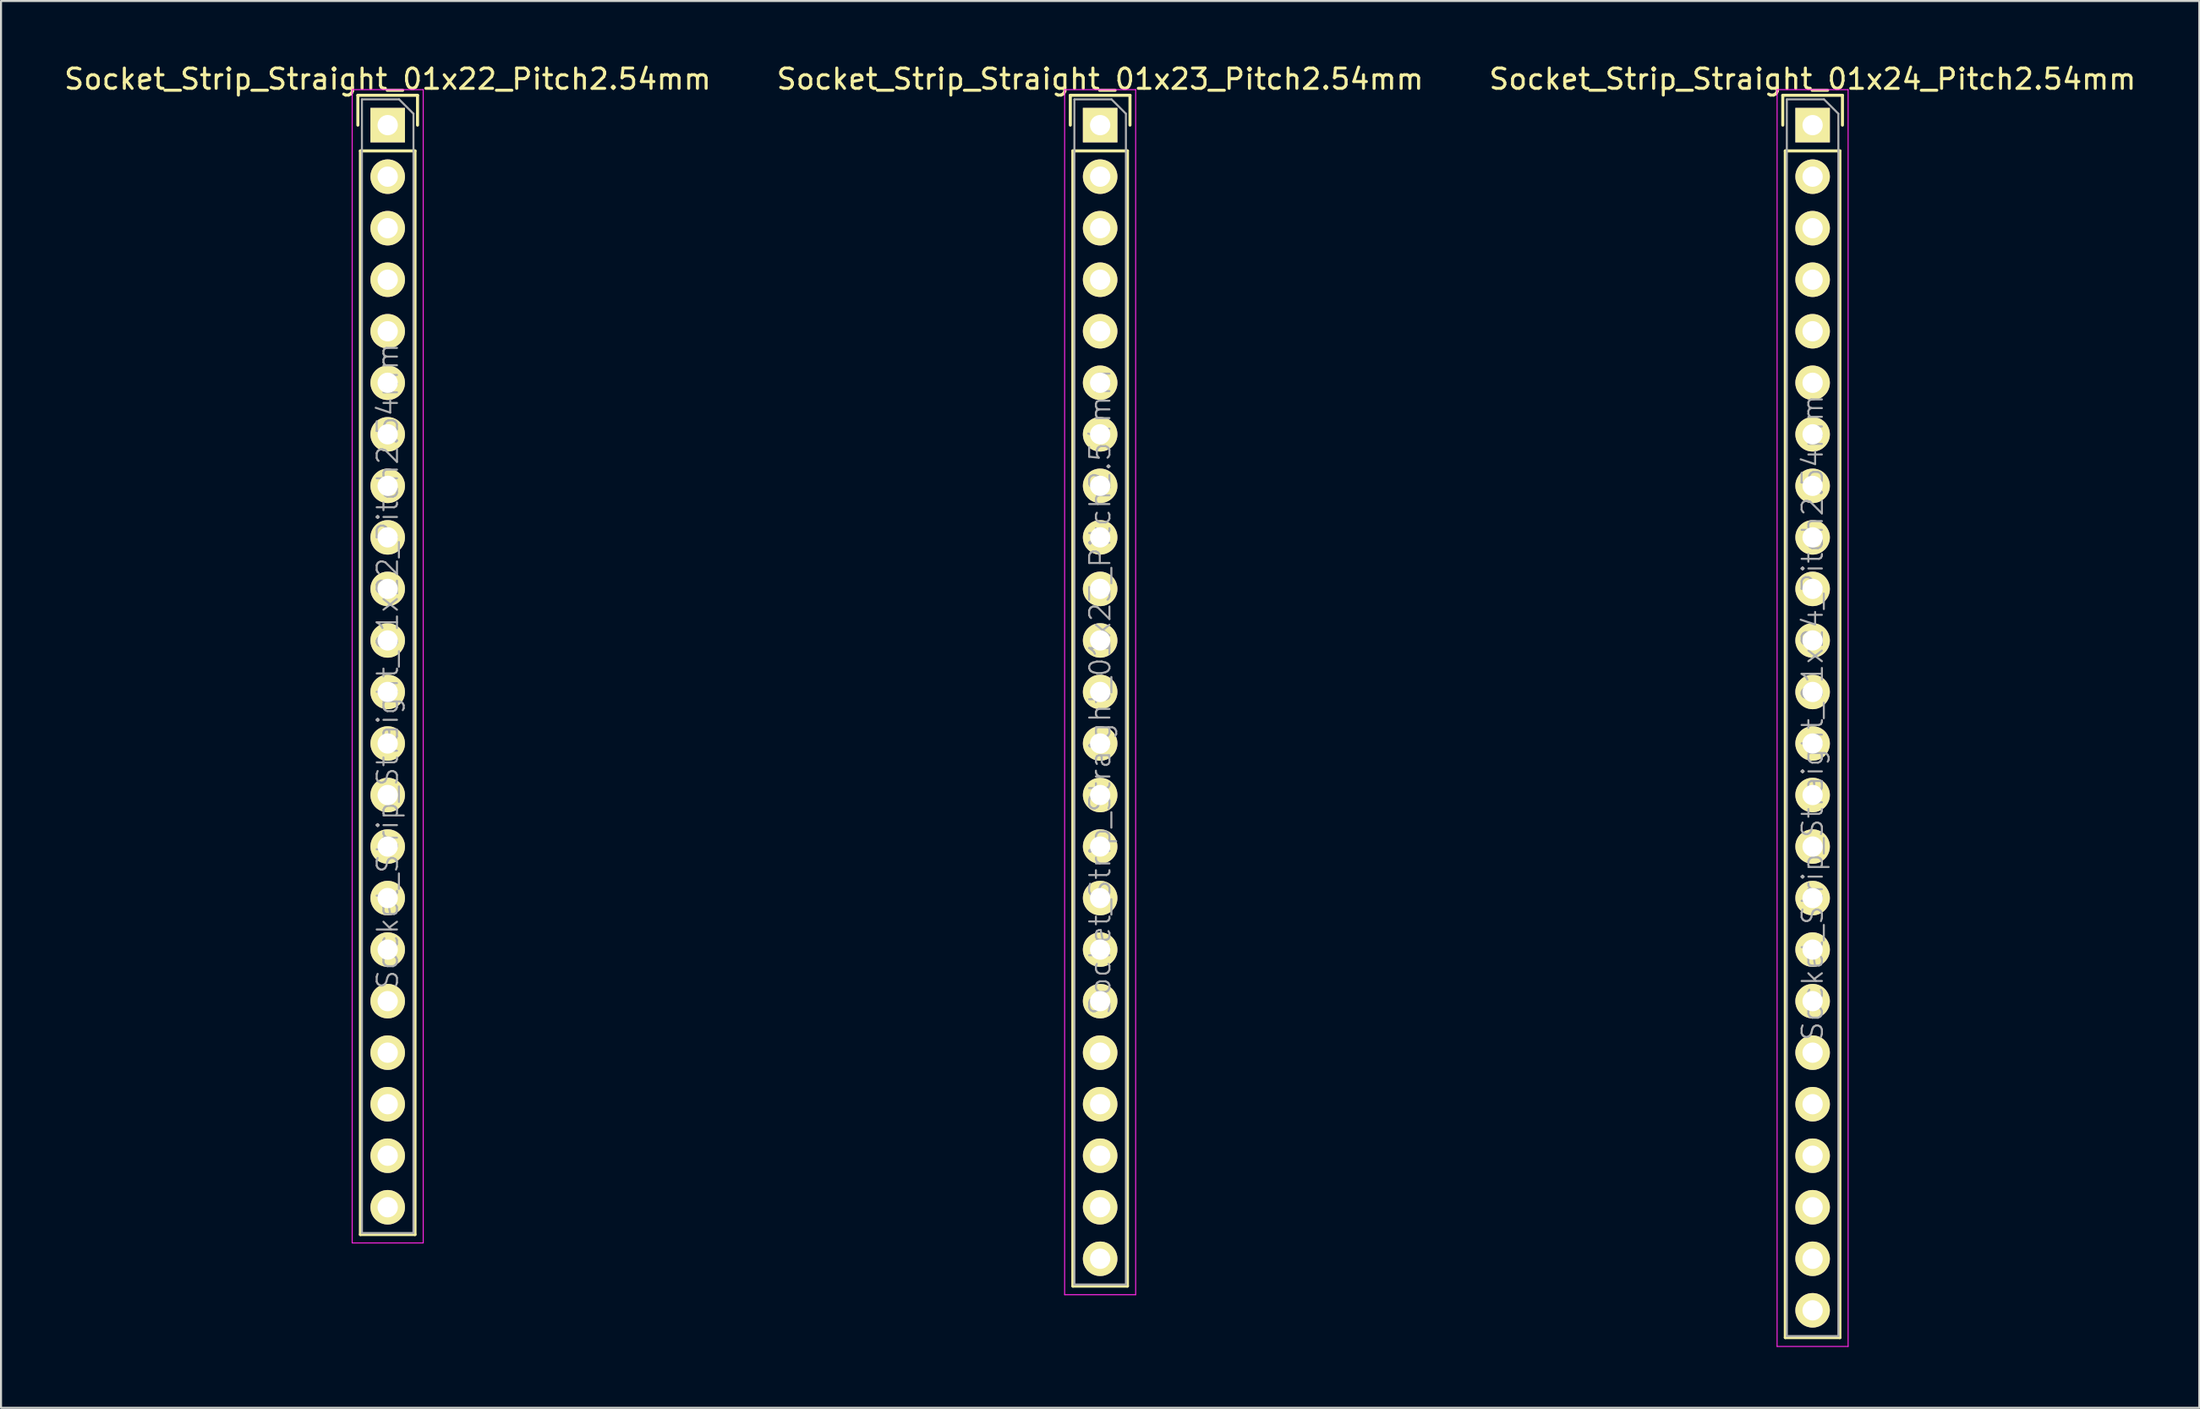
<source format=kicad_pcb>
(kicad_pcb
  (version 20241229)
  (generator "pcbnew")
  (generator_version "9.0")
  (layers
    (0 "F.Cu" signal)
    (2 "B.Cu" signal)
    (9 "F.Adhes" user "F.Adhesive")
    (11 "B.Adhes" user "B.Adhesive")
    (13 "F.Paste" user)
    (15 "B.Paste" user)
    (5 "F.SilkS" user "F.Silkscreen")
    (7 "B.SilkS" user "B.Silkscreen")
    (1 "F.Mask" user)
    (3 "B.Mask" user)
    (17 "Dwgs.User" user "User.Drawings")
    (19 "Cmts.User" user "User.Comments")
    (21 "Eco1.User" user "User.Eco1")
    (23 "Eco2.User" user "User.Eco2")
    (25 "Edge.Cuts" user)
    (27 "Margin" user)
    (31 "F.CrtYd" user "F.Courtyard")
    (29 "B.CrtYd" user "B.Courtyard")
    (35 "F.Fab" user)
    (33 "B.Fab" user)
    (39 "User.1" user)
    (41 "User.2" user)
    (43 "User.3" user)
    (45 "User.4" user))
  (footprint "Socket_Strip_Straight_01x23_Pitch2.54mm"
    (layer "F.Cu")
    (at 51.161 3.118)
    (property "Reference" "Socket_Strip_Straight_01x23_Pitch2.54mm" (at 0 -2.27 0) (layer "F.SilkS") (effects (font (size 1 1) (thickness 0.15))))
    (attr smd)
    (fp_line (start -1.47 -1.47) (end -1.47 0) (stroke (width 0.15) (type solid)) (layer "F.SilkS"))
    (fp_line (start -1.47 -1.47) (end 1.47 -1.47) (stroke (width 0.15) (type solid)) (layer "F.SilkS"))
    (fp_line (start -1.345 1.27) (end -1.345 57.225) (stroke (width 0.15) (type solid)) (layer "F.SilkS"))
    (fp_line (start -1.345 1.27) (end 1.345 1.27) (stroke (width 0.15) (type solid)) (layer "F.SilkS"))
    (fp_line (start -1.345 57.225) (end 1.345 57.225) (stroke (width 0.15) (type solid)) (layer "F.SilkS"))
    (fp_line (start 1.345 1.27) (end 1.345 57.225) (stroke (width 0.15) (type solid)) (layer "F.SilkS"))
    (fp_line (start 1.47 -1.47) (end 1.47 0) (stroke (width 0.15) (type solid)) (layer "F.SilkS"))
    (fp_line (start -1.75 -1.75) (end -1.75 57.65) (stroke (width 0.05) (type solid)) (layer "F.CrtYd"))
    (fp_line (start 1.75 -1.75) (end -1.75 -1.75) (stroke (width 0.05) (type solid)) (layer "F.CrtYd"))
    (fp_line (start 1.75 -1.75) (end 1.75 57.65) (stroke (width 0.05) (type solid)) (layer "F.CrtYd"))
    (fp_line (start 1.75 57.65) (end -1.75 57.65) (stroke (width 0.05) (type solid)) (layer "F.CrtYd"))
    (fp_line (start -1.27 -1.27) (end 0.563 -1.27) (stroke (width 0.1) (type solid)) (layer "F.Fab"))
    (fp_line (start -1.27 57.15) (end -1.27 -1.27) (stroke (width 0.1) (type solid)) (layer "F.Fab"))
    (fp_line (start -1.27 57.15) (end 1.27 57.15) (stroke (width 0.1) (type solid)) (layer "F.Fab"))
    (fp_line (start 1.27 -0.563) (end 0.563 -1.27) (stroke (width 0.1) (type solid)) (layer "F.Fab"))
    (fp_line (start 1.27 57.15) (end 1.27 -0.563) (stroke (width 0.1) (type solid)) (layer "F.Fab"))
    (fp_text user "${REFERENCE}" (at 0 27.94 90) (layer "F.Fab") (effects (font (size 1 1) (thickness 0.1))))
    (pad "1" thru_hole rect (at 0 0) (size 1.7 1.7) (drill 1) (layers "*.Cu" "*.Mask" "F.SilkS"))
    (pad "2" thru_hole oval (at 0 2.54) (size 1.7 1.7) (drill 1) (layers "*.Cu" "*.Mask" "F.SilkS"))
    (pad "3" thru_hole oval (at 0 5.08) (size 1.7 1.7) (drill 1) (layers "*.Cu" "*.Mask" "F.SilkS"))
    (pad "4" thru_hole oval (at 0 7.62) (size 1.7 1.7) (drill 1) (layers "*.Cu" "*.Mask" "F.SilkS"))
    (pad "5" thru_hole oval (at 0 10.16) (size 1.7 1.7) (drill 1) (layers "*.Cu" "*.Mask" "F.SilkS"))
    (pad "6" thru_hole oval (at 0 12.7) (size 1.7 1.7) (drill 1) (layers "*.Cu" "*.Mask" "F.SilkS"))
    (pad "7" thru_hole oval (at 0 15.24) (size 1.7 1.7) (drill 1) (layers "*.Cu" "*.Mask" "F.SilkS"))
    (pad "8" thru_hole oval (at 0 17.78) (size 1.7 1.7) (drill 1) (layers "*.Cu" "*.Mask" "F.SilkS"))
    (pad "9" thru_hole oval (at 0 20.32) (size 1.7 1.7) (drill 1) (layers "*.Cu" "*.Mask" "F.SilkS"))
    (pad "10" thru_hole oval (at 0 22.86) (size 1.7 1.7) (drill 1) (layers "*.Cu" "*.Mask" "F.SilkS"))
    (pad "11" thru_hole oval (at 0 25.4) (size 1.7 1.7) (drill 1) (layers "*.Cu" "*.Mask" "F.SilkS"))
    (pad "12" thru_hole oval (at 0 27.94) (size 1.7 1.7) (drill 1) (layers "*.Cu" "*.Mask" "F.SilkS"))
    (pad "13" thru_hole oval (at 0 30.48) (size 1.7 1.7) (drill 1) (layers "*.Cu" "*.Mask" "F.SilkS"))
    (pad "14" thru_hole oval (at 0 33.02) (size 1.7 1.7) (drill 1) (layers "*.Cu" "*.Mask" "F.SilkS"))
    (pad "15" thru_hole oval (at 0 35.56) (size 1.7 1.7) (drill 1) (layers "*.Cu" "*.Mask" "F.SilkS"))
    (pad "16" thru_hole oval (at 0 38.1) (size 1.7 1.7) (drill 1) (layers "*.Cu" "*.Mask" "F.SilkS"))
    (pad "17" thru_hole oval (at 0 40.64) (size 1.7 1.7) (drill 1) (layers "*.Cu" "*.Mask" "F.SilkS"))
    (pad "18" thru_hole oval (at 0 43.18) (size 1.7 1.7) (drill 1) (layers "*.Cu" "*.Mask" "F.SilkS"))
    (pad "19" thru_hole oval (at 0 45.72) (size 1.7 1.7) (drill 1) (layers "*.Cu" "*.Mask" "F.SilkS"))
    (pad "20" thru_hole oval (at 0 48.26) (size 1.7 1.7) (drill 1) (layers "*.Cu" "*.Mask" "F.SilkS"))
    (pad "21" thru_hole oval (at 0 50.8) (size 1.7 1.7) (drill 1) (layers "*.Cu" "*.Mask" "F.SilkS"))
    (pad "22" thru_hole oval (at 0 53.34) (size 1.7 1.7) (drill 1) (layers "*.Cu" "*.Mask" "F.SilkS"))
    (pad "23" thru_hole oval (at 0 55.88) (size 1.7 1.7) (drill 1) (layers "*.Cu" "*.Mask" "F.SilkS")))
  (footprint "Socket_Strip_Straight_01x24_Pitch2.54mm"
    (layer "F.Cu")
    (at 86.268 3.118)
    (property "Reference" "Socket_Strip_Straight_01x24_Pitch2.54mm" (at 0 -2.27 0) (layer "F.SilkS") (effects (font (size 1 1) (thickness 0.15))))
    (attr smd)
    (fp_line (start -1.47 -1.47) (end -1.47 0) (stroke (width 0.15) (type solid)) (layer "F.SilkS"))
    (fp_line (start -1.47 -1.47) (end 1.47 -1.47) (stroke (width 0.15) (type solid)) (layer "F.SilkS"))
    (fp_line (start -1.345 1.27) (end -1.345 59.765) (stroke (width 0.15) (type solid)) (layer "F.SilkS"))
    (fp_line (start -1.345 1.27) (end 1.345 1.27) (stroke (width 0.15) (type solid)) (layer "F.SilkS"))
    (fp_line (start -1.345 59.765) (end 1.345 59.765) (stroke (width 0.15) (type solid)) (layer "F.SilkS"))
    (fp_line (start 1.345 1.27) (end 1.345 59.765) (stroke (width 0.15) (type solid)) (layer "F.SilkS"))
    (fp_line (start 1.47 -1.47) (end 1.47 0) (stroke (width 0.15) (type solid)) (layer "F.SilkS"))
    (fp_line (start -1.75 -1.75) (end -1.75 60.2) (stroke (width 0.05) (type solid)) (layer "F.CrtYd"))
    (fp_line (start 1.75 -1.75) (end -1.75 -1.75) (stroke (width 0.05) (type solid)) (layer "F.CrtYd"))
    (fp_line (start 1.75 -1.75) (end 1.75 60.2) (stroke (width 0.05) (type solid)) (layer "F.CrtYd"))
    (fp_line (start 1.75 60.2) (end -1.75 60.2) (stroke (width 0.05) (type solid)) (layer "F.CrtYd"))
    (fp_line (start -1.27 -1.27) (end 0.563 -1.27) (stroke (width 0.1) (type solid)) (layer "F.Fab"))
    (fp_line (start -1.27 59.69) (end -1.27 -1.27) (stroke (width 0.1) (type solid)) (layer "F.Fab"))
    (fp_line (start -1.27 59.69) (end 1.27 59.69) (stroke (width 0.1) (type solid)) (layer "F.Fab"))
    (fp_line (start 1.27 -0.563) (end 0.563 -1.27) (stroke (width 0.1) (type solid)) (layer "F.Fab"))
    (fp_line (start 1.27 59.69) (end 1.27 -0.563) (stroke (width 0.1) (type solid)) (layer "F.Fab"))
    (fp_text user "${REFERENCE}" (at 0 29.21 90) (layer "F.Fab") (effects (font (size 1 1) (thickness 0.1))))
    (pad "1" thru_hole rect (at 0 0) (size 1.7 1.7) (drill 1) (layers "*.Cu" "*.Mask" "F.SilkS"))
    (pad "2" thru_hole oval (at 0 2.54) (size 1.7 1.7) (drill 1) (layers "*.Cu" "*.Mask" "F.SilkS"))
    (pad "3" thru_hole oval (at 0 5.08) (size 1.7 1.7) (drill 1) (layers "*.Cu" "*.Mask" "F.SilkS"))
    (pad "4" thru_hole oval (at 0 7.62) (size 1.7 1.7) (drill 1) (layers "*.Cu" "*.Mask" "F.SilkS"))
    (pad "5" thru_hole oval (at 0 10.16) (size 1.7 1.7) (drill 1) (layers "*.Cu" "*.Mask" "F.SilkS"))
    (pad "6" thru_hole oval (at 0 12.7) (size 1.7 1.7) (drill 1) (layers "*.Cu" "*.Mask" "F.SilkS"))
    (pad "7" thru_hole oval (at 0 15.24) (size 1.7 1.7) (drill 1) (layers "*.Cu" "*.Mask" "F.SilkS"))
    (pad "8" thru_hole oval (at 0 17.78) (size 1.7 1.7) (drill 1) (layers "*.Cu" "*.Mask" "F.SilkS"))
    (pad "9" thru_hole oval (at 0 20.32) (size 1.7 1.7) (drill 1) (layers "*.Cu" "*.Mask" "F.SilkS"))
    (pad "10" thru_hole oval (at 0 22.86) (size 1.7 1.7) (drill 1) (layers "*.Cu" "*.Mask" "F.SilkS"))
    (pad "11" thru_hole oval (at 0 25.4) (size 1.7 1.7) (drill 1) (layers "*.Cu" "*.Mask" "F.SilkS"))
    (pad "12" thru_hole oval (at 0 27.94) (size 1.7 1.7) (drill 1) (layers "*.Cu" "*.Mask" "F.SilkS"))
    (pad "13" thru_hole oval (at 0 30.48) (size 1.7 1.7) (drill 1) (layers "*.Cu" "*.Mask" "F.SilkS"))
    (pad "14" thru_hole oval (at 0 33.02) (size 1.7 1.7) (drill 1) (layers "*.Cu" "*.Mask" "F.SilkS"))
    (pad "15" thru_hole oval (at 0 35.56) (size 1.7 1.7) (drill 1) (layers "*.Cu" "*.Mask" "F.SilkS"))
    (pad "16" thru_hole oval (at 0 38.1) (size 1.7 1.7) (drill 1) (layers "*.Cu" "*.Mask" "F.SilkS"))
    (pad "17" thru_hole oval (at 0 40.64) (size 1.7 1.7) (drill 1) (layers "*.Cu" "*.Mask" "F.SilkS"))
    (pad "18" thru_hole oval (at 0 43.18) (size 1.7 1.7) (drill 1) (layers "*.Cu" "*.Mask" "F.SilkS"))
    (pad "19" thru_hole oval (at 0 45.72) (size 1.7 1.7) (drill 1) (layers "*.Cu" "*.Mask" "F.SilkS"))
    (pad "20" thru_hole oval (at 0 48.26) (size 1.7 1.7) (drill 1) (layers "*.Cu" "*.Mask" "F.SilkS"))
    (pad "21" thru_hole oval (at 0 50.8) (size 1.7 1.7) (drill 1) (layers "*.Cu" "*.Mask" "F.SilkS"))
    (pad "22" thru_hole oval (at 0 53.34) (size 1.7 1.7) (drill 1) (layers "*.Cu" "*.Mask" "F.SilkS"))
    (pad "23" thru_hole oval (at 0 55.88) (size 1.7 1.7) (drill 1) (layers "*.Cu" "*.Mask" "F.SilkS"))
    (pad "24" thru_hole oval (at 0 58.42) (size 1.7 1.7) (drill 1) (layers "*.Cu" "*.Mask" "F.SilkS")))
  (footprint "Socket_Strip_Straight_01x22_Pitch2.54mm"
    (layer "F.Cu")
    (at 16.054 3.118)
    (property "Reference" "Socket_Strip_Straight_01x22_Pitch2.54mm" (at 0 -2.27 0) (layer "F.SilkS") (effects (font (size 1 1) (thickness 0.15))))
    (attr smd)
    (fp_line (start -1.47 -1.47) (end -1.47 0) (stroke (width 0.15) (type solid)) (layer "F.SilkS"))
    (fp_line (start -1.47 -1.47) (end 1.47 -1.47) (stroke (width 0.15) (type solid)) (layer "F.SilkS"))
    (fp_line (start -1.345 1.27) (end -1.345 54.685) (stroke (width 0.15) (type solid)) (layer "F.SilkS"))
    (fp_line (start -1.345 1.27) (end 1.345 1.27) (stroke (width 0.15) (type solid)) (layer "F.SilkS"))
    (fp_line (start -1.345 54.685) (end 1.345 54.685) (stroke (width 0.15) (type solid)) (layer "F.SilkS"))
    (fp_line (start 1.345 1.27) (end 1.345 54.685) (stroke (width 0.15) (type solid)) (layer "F.SilkS"))
    (fp_line (start 1.47 -1.47) (end 1.47 0) (stroke (width 0.15) (type solid)) (layer "F.SilkS"))
    (fp_line (start -1.75 -1.75) (end -1.75 55.1) (stroke (width 0.05) (type solid)) (layer "F.CrtYd"))
    (fp_line (start 1.75 -1.75) (end -1.75 -1.75) (stroke (width 0.05) (type solid)) (layer "F.CrtYd"))
    (fp_line (start 1.75 -1.75) (end 1.75 55.1) (stroke (width 0.05) (type solid)) (layer "F.CrtYd"))
    (fp_line (start 1.75 55.1) (end -1.75 55.1) (stroke (width 0.05) (type solid)) (layer "F.CrtYd"))
    (fp_line (start -1.27 -1.27) (end 0.563 -1.27) (stroke (width 0.1) (type solid)) (layer "F.Fab"))
    (fp_line (start -1.27 54.61) (end -1.27 -1.27) (stroke (width 0.1) (type solid)) (layer "F.Fab"))
    (fp_line (start -1.27 54.61) (end 1.27 54.61) (stroke (width 0.1) (type solid)) (layer "F.Fab"))
    (fp_line (start 1.27 -0.563) (end 0.563 -1.27) (stroke (width 0.1) (type solid)) (layer "F.Fab"))
    (fp_line (start 1.27 54.61) (end 1.27 -0.563) (stroke (width 0.1) (type solid)) (layer "F.Fab"))
    (fp_text user "${REFERENCE}" (at 0 26.67 90) (layer "F.Fab") (effects (font (size 1 1) (thickness 0.1))))
    (pad "1" thru_hole rect (at 0 0) (size 1.7 1.7) (drill 1) (layers "*.Cu" "*.Mask" "F.SilkS"))
    (pad "2" thru_hole oval (at 0 2.54) (size 1.7 1.7) (drill 1) (layers "*.Cu" "*.Mask" "F.SilkS"))
    (pad "3" thru_hole oval (at 0 5.08) (size 1.7 1.7) (drill 1) (layers "*.Cu" "*.Mask" "F.SilkS"))
    (pad "4" thru_hole oval (at 0 7.62) (size 1.7 1.7) (drill 1) (layers "*.Cu" "*.Mask" "F.SilkS"))
    (pad "5" thru_hole oval (at 0 10.16) (size 1.7 1.7) (drill 1) (layers "*.Cu" "*.Mask" "F.SilkS"))
    (pad "6" thru_hole oval (at 0 12.7) (size 1.7 1.7) (drill 1) (layers "*.Cu" "*.Mask" "F.SilkS"))
    (pad "7" thru_hole oval (at 0 15.24) (size 1.7 1.7) (drill 1) (layers "*.Cu" "*.Mask" "F.SilkS"))
    (pad "8" thru_hole oval (at 0 17.78) (size 1.7 1.7) (drill 1) (layers "*.Cu" "*.Mask" "F.SilkS"))
    (pad "9" thru_hole oval (at 0 20.32) (size 1.7 1.7) (drill 1) (layers "*.Cu" "*.Mask" "F.SilkS"))
    (pad "10" thru_hole oval (at 0 22.86) (size 1.7 1.7) (drill 1) (layers "*.Cu" "*.Mask" "F.SilkS"))
    (pad "11" thru_hole oval (at 0 25.4) (size 1.7 1.7) (drill 1) (layers "*.Cu" "*.Mask" "F.SilkS"))
    (pad "12" thru_hole oval (at 0 27.94) (size 1.7 1.7) (drill 1) (layers "*.Cu" "*.Mask" "F.SilkS"))
    (pad "13" thru_hole oval (at 0 30.48) (size 1.7 1.7) (drill 1) (layers "*.Cu" "*.Mask" "F.SilkS"))
    (pad "14" thru_hole oval (at 0 33.02) (size 1.7 1.7) (drill 1) (layers "*.Cu" "*.Mask" "F.SilkS"))
    (pad "15" thru_hole oval (at 0 35.56) (size 1.7 1.7) (drill 1) (layers "*.Cu" "*.Mask" "F.SilkS"))
    (pad "16" thru_hole oval (at 0 38.1) (size 1.7 1.7) (drill 1) (layers "*.Cu" "*.Mask" "F.SilkS"))
    (pad "17" thru_hole oval (at 0 40.64) (size 1.7 1.7) (drill 1) (layers "*.Cu" "*.Mask" "F.SilkS"))
    (pad "18" thru_hole oval (at 0 43.18) (size 1.7 1.7) (drill 1) (layers "*.Cu" "*.Mask" "F.SilkS"))
    (pad "19" thru_hole oval (at 0 45.72) (size 1.7 1.7) (drill 1) (layers "*.Cu" "*.Mask" "F.SilkS"))
    (pad "20" thru_hole oval (at 0 48.26) (size 1.7 1.7) (drill 1) (layers "*.Cu" "*.Mask" "F.SilkS"))
    (pad "21" thru_hole oval (at 0 50.8) (size 1.7 1.7) (drill 1) (layers "*.Cu" "*.Mask" "F.SilkS"))
    (pad "22" thru_hole oval (at 0 53.34) (size 1.7 1.7) (drill 1) (layers "*.Cu" "*.Mask" "F.SilkS")))
  (gr_rect
    (start -3 -3)
    (end 105.321 66.343)
    (stroke (width 0.1) (type default))
    (fill no)
    (layer "Edge.Cuts")))
</source>
